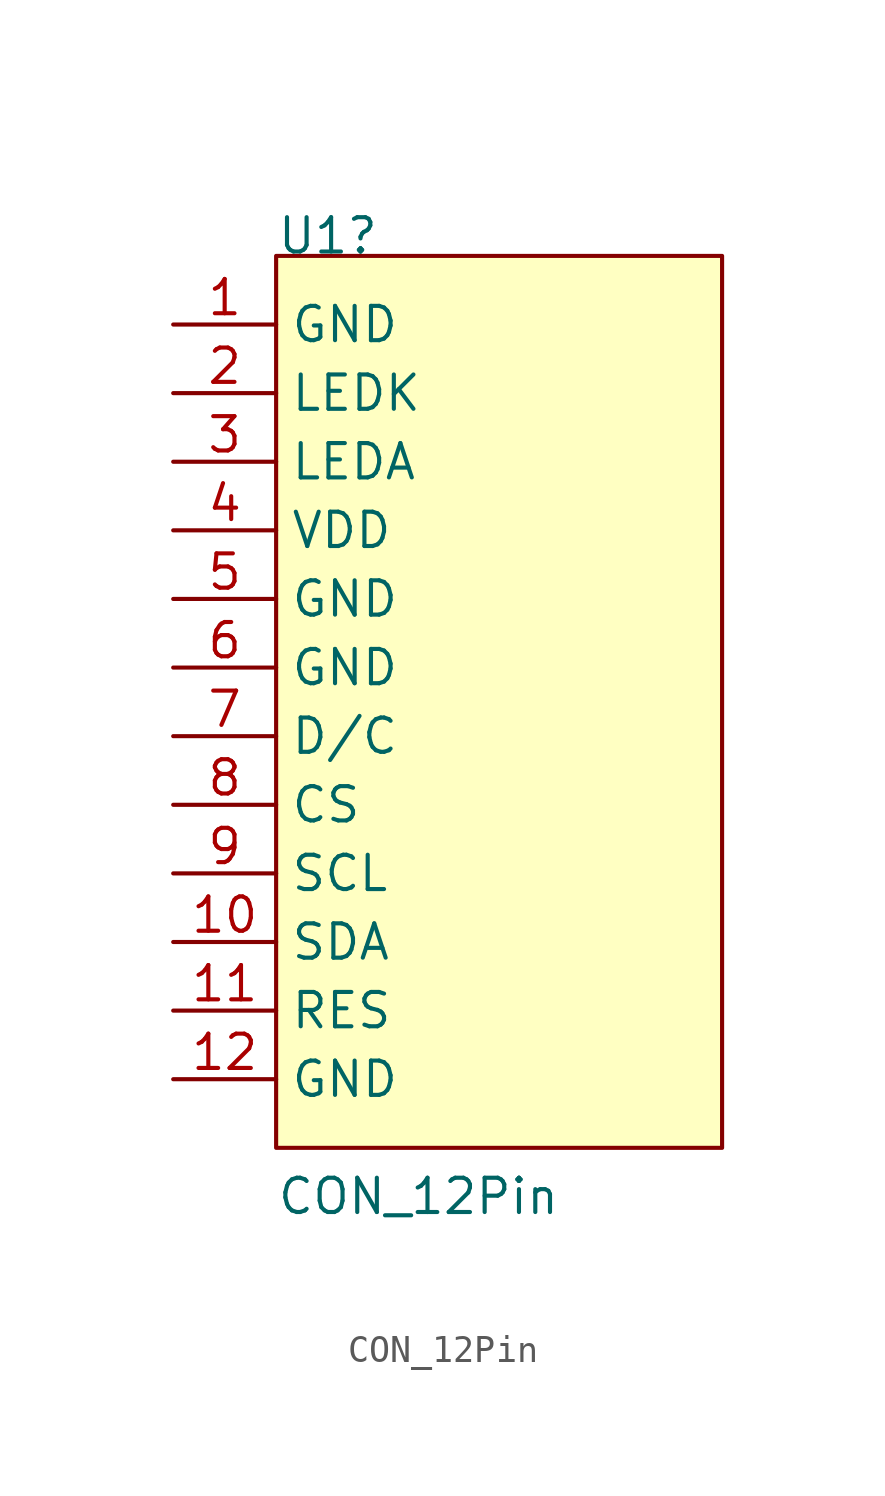
<source format=kicad_sym>
(kicad_symbol_lib
  (version 20231120)
  (generator "kicad_symbol_editor")
  (generator_version "8.0")
  (symbol "CON_12Pin"
    (property "Reference" "U1"
      (at -8.89 17.78 0)
      (effects (font (size 1.27 1.27)) (justify left bottom)))
    (property "Value" "CON_12Pin"
      (at -8.89 -17.78 0)
      (effects (font (size 1.27 1.27)) (justify left bottom)))
    (symbol "CON_12Pin_1_0"
      (rectangle (start 7.62 17.78) (end -8.89 -15.24) (stroke (width 0) (type default)) (fill (type background)))
      (pin passive line (at -12.7 15.24 0) (length 3.81) (name "GND" (effects (font (size 1.27 1.27)))) (number "1" (effects (font (size 1.27 1.27)))))
      (pin passive line (at -12.7 -7.62 0) (length 3.81) (name "SDA" (effects (font (size 1.27 1.27)))) (number "10" (effects (font (size 1.27 1.27)))))
      (pin passive line (at -12.7 -10.16 0) (length 3.81) (name "RES" (effects (font (size 1.27 1.27)))) (number "11" (effects (font (size 1.27 1.27)))))
      (pin passive line (at -12.7 -12.7 0) (length 3.81) (name "GND" (effects (font (size 1.27 1.27)))) (number "12" (effects (font (size 1.27 1.27)))))
      (pin passive line (at -12.7 12.7 0) (length 3.81) (name "LEDK" (effects (font (size 1.27 1.27)))) (number "2" (effects (font (size 1.27 1.27)))))
      (pin passive line (at -12.7 10.16 0) (length 3.81) (name "LEDA" (effects (font (size 1.27 1.27)))) (number "3" (effects (font (size 1.27 1.27)))))
      (pin passive line (at -12.7 7.62 0) (length 3.81) (name "VDD" (effects (font (size 1.27 1.27)))) (number "4" (effects (font (size 1.27 1.27)))))
      (pin passive line (at -12.7 5.08 0) (length 3.81) (name "GND" (effects (font (size 1.27 1.27)))) (number "5" (effects (font (size 1.27 1.27)))))
      (pin passive line (at -12.7 2.54 0) (length 3.81) (name "GND" (effects (font (size 1.27 1.27)))) (number "6" (effects (font (size 1.27 1.27)))))
      (pin passive line (at -12.7 0 0) (length 3.81) (name "D/C" (effects (font (size 1.27 1.27)))) (number "7" (effects (font (size 1.27 1.27)))))
      (pin passive line (at -12.7 -2.54 0) (length 3.81) (name "CS" (effects (font (size 1.27 1.27)))) (number "8" (effects (font (size 1.27 1.27)))))
      (pin passive line (at -12.7 -5.08 0) (length 3.81) (name "SCL" (effects (font (size 1.27 1.27)))) (number "9" (effects (font (size 1.27 1.27))))))))
</source>
